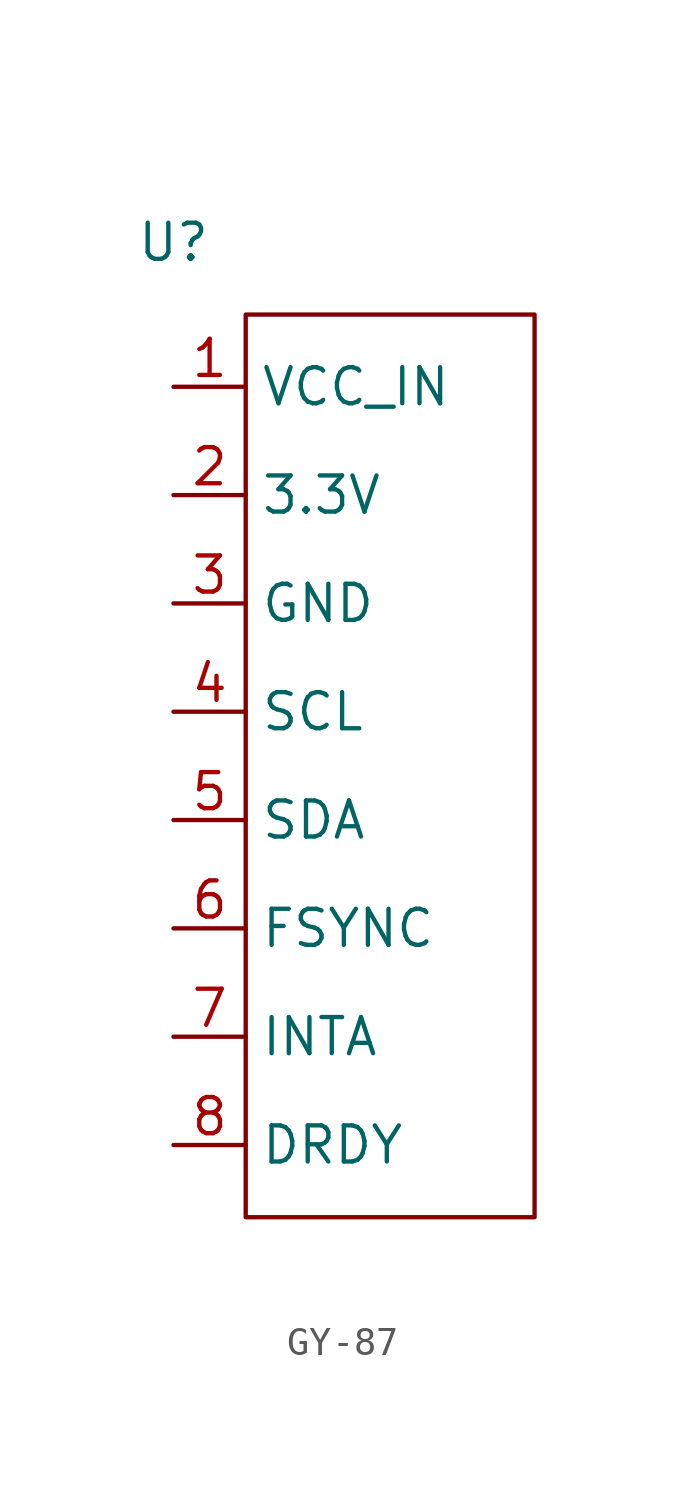
<source format=kicad_sym>
(kicad_symbol_lib
  (version 20231120)
  (generator "kicad_symbol_editor")
  (generator_version "8.0")
  (symbol "GY-87"
    (property "Reference" "U"
      (at 0 0 0)
      (effects (font (size 1.27 1.27))))
    (property "Value" ""
      (at 0 0 0)
      (effects (font (size 1.27 1.27))))
    (symbol "GY-87_0_1"
      (rectangle (start 2.54 -2.54) (end 12.7 -34.29) (stroke (width 0) (type default)) (fill (type none))))
    (symbol "GY-87_1_1"
      (pin input line (at 0 -5.08 0) (length 2.54) (name "VCC_IN" (effects (font (size 1.27 1.27)))) (number "1" (effects (font (size 1.27 1.27)))))
      (pin output line (at 0 -8.89 0) (length 2.54) (name "3.3V" (effects (font (size 1.27 1.27)))) (number "2" (effects (font (size 1.27 1.27)))))
      (pin passive line (at 0 -12.7 0) (length 2.54) (name "GND" (effects (font (size 1.27 1.27)))) (number "3" (effects (font (size 1.27 1.27)))))
      (pin bidirectional line (at 0 -16.51 0) (length 2.54) (name "SCL" (effects (font (size 1.27 1.27)))) (number "4" (effects (font (size 1.27 1.27)))))
      (pin bidirectional line (at 0 -20.32 0) (length 2.54) (name "SDA" (effects (font (size 1.27 1.27)))) (number "5" (effects (font (size 1.27 1.27)))))
      (pin output line (at 0 -24.13 0) (length 2.54) (name "FSYNC" (effects (font (size 1.27 1.27)))) (number "6" (effects (font (size 1.27 1.27)))))
      (pin output line (at 0 -27.94 0) (length 2.54) (name "INTA" (effects (font (size 1.27 1.27)))) (number "7" (effects (font (size 1.27 1.27)))))
      (pin output line (at 0 -31.75 0) (length 2.54) (name "DRDY" (effects (font (size 1.27 1.27)))) (number "8" (effects (font (size 1.27 1.27))))))))
</source>
